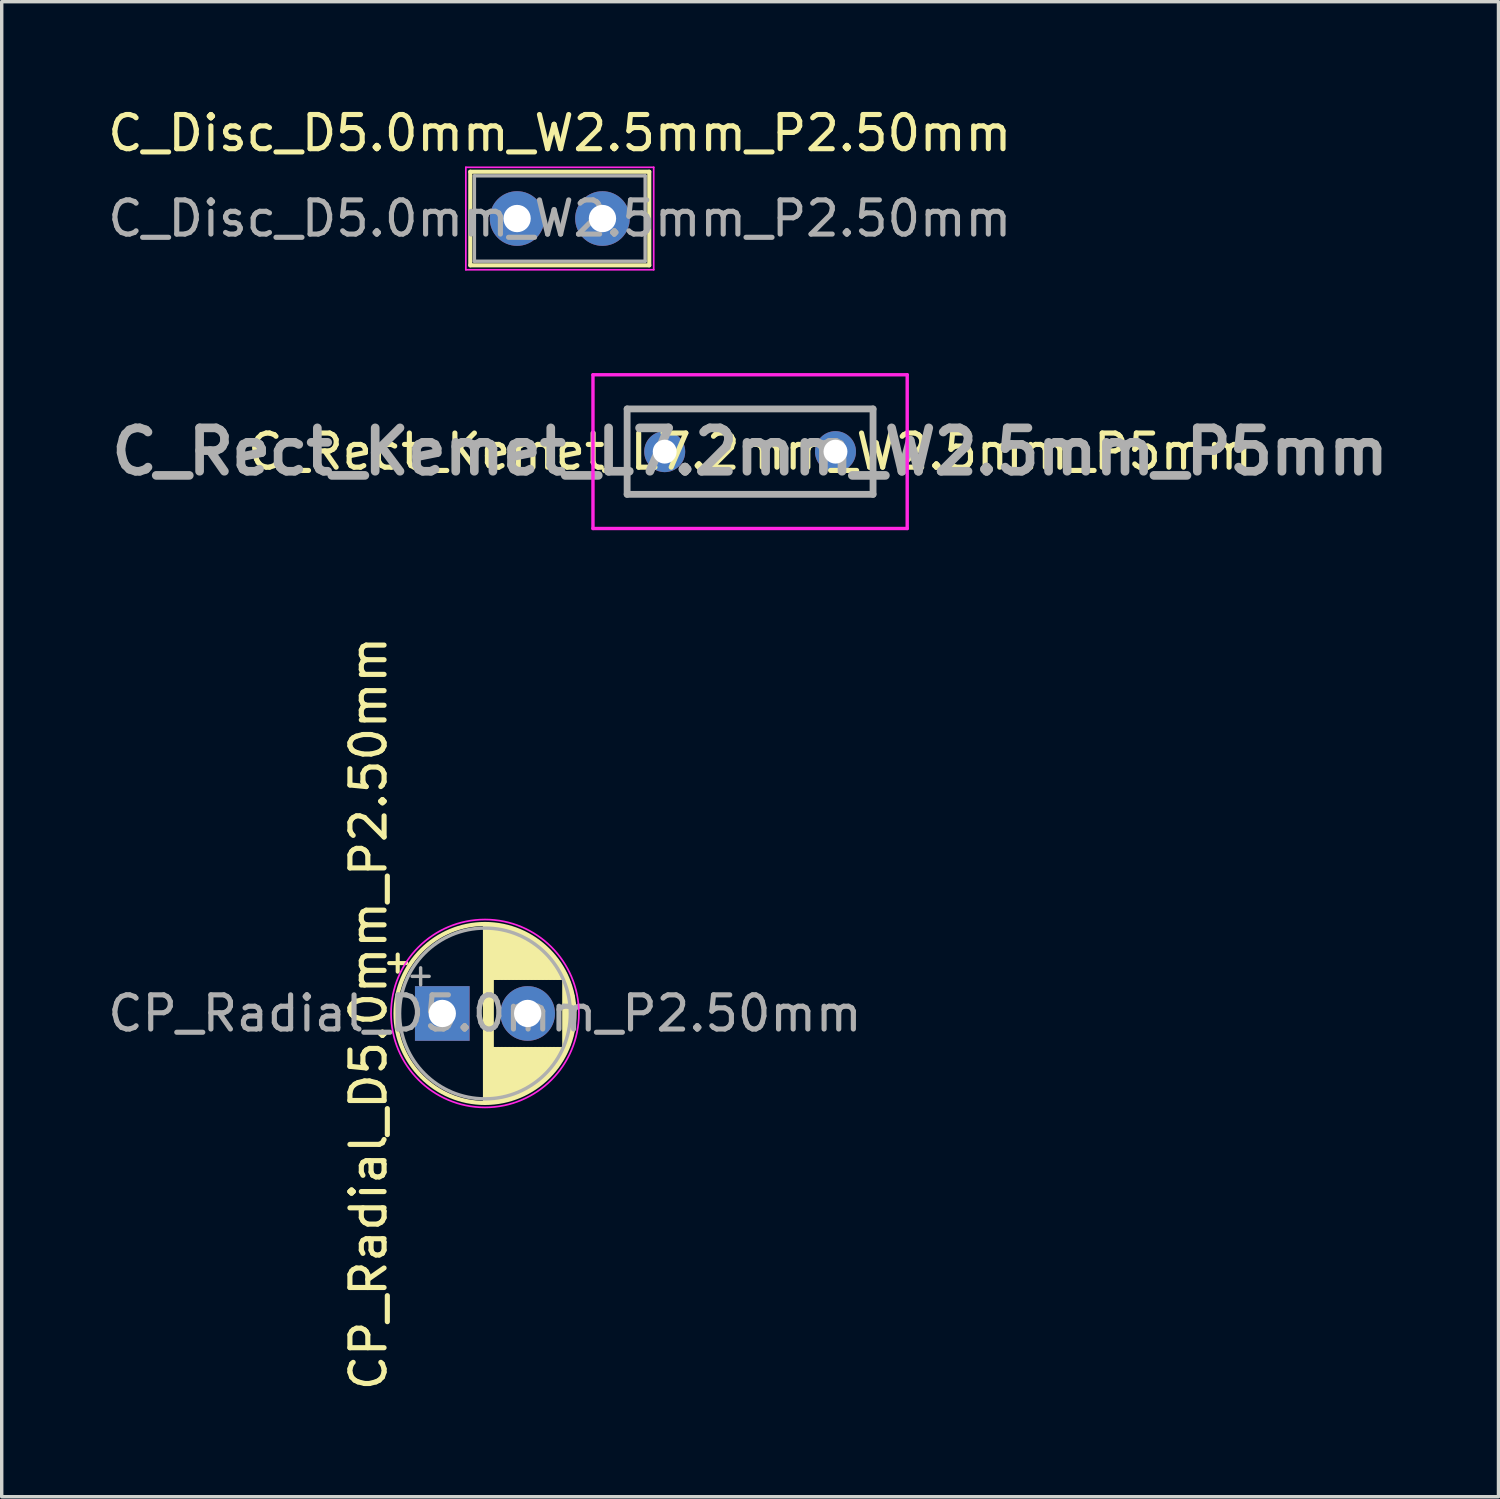
<source format=kicad_pcb>
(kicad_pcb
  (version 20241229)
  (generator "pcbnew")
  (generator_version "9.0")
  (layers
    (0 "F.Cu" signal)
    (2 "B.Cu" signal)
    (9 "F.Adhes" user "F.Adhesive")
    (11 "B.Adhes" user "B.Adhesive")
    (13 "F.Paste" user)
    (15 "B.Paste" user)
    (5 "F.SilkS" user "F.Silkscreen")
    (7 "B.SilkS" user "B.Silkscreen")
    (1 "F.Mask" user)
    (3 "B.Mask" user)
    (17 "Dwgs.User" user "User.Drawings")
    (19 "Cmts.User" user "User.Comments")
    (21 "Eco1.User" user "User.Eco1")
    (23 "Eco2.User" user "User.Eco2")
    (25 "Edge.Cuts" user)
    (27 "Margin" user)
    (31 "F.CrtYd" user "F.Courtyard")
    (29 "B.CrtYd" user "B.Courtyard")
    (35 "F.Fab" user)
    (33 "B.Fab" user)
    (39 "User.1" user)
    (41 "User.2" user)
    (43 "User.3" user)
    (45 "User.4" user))
  (footprint "C_Rect_Kemet_L7.2mm_W2.5mm_P5mm"
    (layer "F.Cu")
    (at 16.411 10.173)
    (property "Reference" "C_Rect_Kemet_L7.2mm_W2.5mm_P5mm" (at 2.5 0 0) (layer "F.SilkS") (effects (font (size 1 1) (thickness 0.15))))
    (attr through_hole)
    (fp_line (start -1.1 -1.25) (end 6.1 -1.25) (stroke (width 0.1) (type solid)) (layer "F.SilkS"))
    (fp_line (start -1.1 1.25) (end -1.1 -1.25) (stroke (width 0.1) (type solid)) (layer "F.SilkS"))
    (fp_line (start 6.1 -1.25) (end 6.1 1.25) (stroke (width 0.1) (type solid)) (layer "F.SilkS"))
    (fp_line (start 6.1 1.25) (end -1.1 1.25) (stroke (width 0.1) (type solid)) (layer "F.SilkS"))
    (fp_line (start -2.1 -2.25) (end 7.1 -2.25) (stroke (width 0.1) (type solid)) (layer "F.CrtYd"))
    (fp_line (start -2.1 2.25) (end -2.1 -2.25) (stroke (width 0.1) (type solid)) (layer "F.CrtYd"))
    (fp_line (start 7.1 -2.25) (end 7.1 2.25) (stroke (width 0.1) (type solid)) (layer "F.CrtYd"))
    (fp_line (start 7.1 2.25) (end -2.1 2.25) (stroke (width 0.1) (type solid)) (layer "F.CrtYd"))
    (fp_line (start -1.1 -1.25) (end 6.1 -1.25) (stroke (width 0.2) (type solid)) (layer "F.Fab"))
    (fp_line (start -1.1 1.25) (end -1.1 -1.25) (stroke (width 0.2) (type solid)) (layer "F.Fab"))
    (fp_line (start 6.1 -1.25) (end 6.1 1.25) (stroke (width 0.2) (type solid)) (layer "F.Fab"))
    (fp_line (start 6.1 1.25) (end -1.1 1.25) (stroke (width 0.2) (type solid)) (layer "F.Fab"))
    (fp_text user "${REFERENCE}" (at 2.5 0 0) (layer "F.Fab") (effects (font (size 1.27 1.27) (thickness 0.254))))
    (pad "1" thru_hole circle (at 0 0) (size 1.2 1.2) (drill 0.7) (layers "*.Cu" "*.Mask"))
    (pad "2" thru_hole circle (at 5 0) (size 1.2 1.2) (drill 0.7) (layers "*.Cu" "*.Mask")))
  (footprint "CP_Radial_D5.0mm_P2.50mm"
    (layer "F.Cu")
    (at 9.899 26.622)
    (property "Reference" "CP_Radial_D5.0mm_P2.50mm" (at -2.159 0 270) (layer "F.SilkS") (effects (font (size 1 1) (thickness 0.15))))
    (attr through_hole)
    (fp_line (start -1.555 -1.475) (end -1.055 -1.475) (stroke (width 0.12) (type solid)) (layer "F.SilkS"))
    (fp_line (start -1.305 -1.725) (end -1.305 -1.225) (stroke (width 0.12) (type solid)) (layer "F.SilkS"))
    (fp_line (start 1.25 -2.58) (end 1.25 2.58) (stroke (width 0.12) (type solid)) (layer "F.SilkS"))
    (fp_line (start 1.29 -2.58) (end 1.29 2.58) (stroke (width 0.12) (type solid)) (layer "F.SilkS"))
    (fp_line (start 1.33 -2.579) (end 1.33 2.579) (stroke (width 0.12) (type solid)) (layer "F.SilkS"))
    (fp_line (start 1.37 -2.578) (end 1.37 2.578) (stroke (width 0.12) (type solid)) (layer "F.SilkS"))
    (fp_line (start 1.41 -2.576) (end 1.41 2.576) (stroke (width 0.12) (type solid)) (layer "F.SilkS"))
    (fp_line (start 1.45 -2.573) (end 1.45 2.573) (stroke (width 0.12) (type solid)) (layer "F.SilkS"))
    (fp_line (start 1.49 -2.569) (end 1.49 -1.04) (stroke (width 0.12) (type solid)) (layer "F.SilkS"))
    (fp_line (start 1.49 1.04) (end 1.49 2.569) (stroke (width 0.12) (type solid)) (layer "F.SilkS"))
    (fp_line (start 1.53 -2.565) (end 1.53 -1.04) (stroke (width 0.12) (type solid)) (layer "F.SilkS"))
    (fp_line (start 1.53 1.04) (end 1.53 2.565) (stroke (width 0.12) (type solid)) (layer "F.SilkS"))
    (fp_line (start 1.57 -2.561) (end 1.57 -1.04) (stroke (width 0.12) (type solid)) (layer "F.SilkS"))
    (fp_line (start 1.57 1.04) (end 1.57 2.561) (stroke (width 0.12) (type solid)) (layer "F.SilkS"))
    (fp_line (start 1.61 -2.556) (end 1.61 -1.04) (stroke (width 0.12) (type solid)) (layer "F.SilkS"))
    (fp_line (start 1.61 1.04) (end 1.61 2.556) (stroke (width 0.12) (type solid)) (layer "F.SilkS"))
    (fp_line (start 1.65 -2.55) (end 1.65 -1.04) (stroke (width 0.12) (type solid)) (layer "F.SilkS"))
    (fp_line (start 1.65 1.04) (end 1.65 2.55) (stroke (width 0.12) (type solid)) (layer "F.SilkS"))
    (fp_line (start 1.69 -2.543) (end 1.69 -1.04) (stroke (width 0.12) (type solid)) (layer "F.SilkS"))
    (fp_line (start 1.69 1.04) (end 1.69 2.543) (stroke (width 0.12) (type solid)) (layer "F.SilkS"))
    (fp_line (start 1.73 -2.536) (end 1.73 -1.04) (stroke (width 0.12) (type solid)) (layer "F.SilkS"))
    (fp_line (start 1.73 1.04) (end 1.73 2.536) (stroke (width 0.12) (type solid)) (layer "F.SilkS"))
    (fp_line (start 1.77 -2.528) (end 1.77 -1.04) (stroke (width 0.12) (type solid)) (layer "F.SilkS"))
    (fp_line (start 1.77 1.04) (end 1.77 2.528) (stroke (width 0.12) (type solid)) (layer "F.SilkS"))
    (fp_line (start 1.81 -2.52) (end 1.81 -1.04) (stroke (width 0.12) (type solid)) (layer "F.SilkS"))
    (fp_line (start 1.81 1.04) (end 1.81 2.52) (stroke (width 0.12) (type solid)) (layer "F.SilkS"))
    (fp_line (start 1.85 -2.511) (end 1.85 -1.04) (stroke (width 0.12) (type solid)) (layer "F.SilkS"))
    (fp_line (start 1.85 1.04) (end 1.85 2.511) (stroke (width 0.12) (type solid)) (layer "F.SilkS"))
    (fp_line (start 1.89 -2.501) (end 1.89 -1.04) (stroke (width 0.12) (type solid)) (layer "F.SilkS"))
    (fp_line (start 1.89 1.04) (end 1.89 2.501) (stroke (width 0.12) (type solid)) (layer "F.SilkS"))
    (fp_line (start 1.93 -2.491) (end 1.93 -1.04) (stroke (width 0.12) (type solid)) (layer "F.SilkS"))
    (fp_line (start 1.93 1.04) (end 1.93 2.491) (stroke (width 0.12) (type solid)) (layer "F.SilkS"))
    (fp_line (start 1.971 -2.48) (end 1.971 -1.04) (stroke (width 0.12) (type solid)) (layer "F.SilkS"))
    (fp_line (start 1.971 1.04) (end 1.971 2.48) (stroke (width 0.12) (type solid)) (layer "F.SilkS"))
    (fp_line (start 2.011 -2.468) (end 2.011 -1.04) (stroke (width 0.12) (type solid)) (layer "F.SilkS"))
    (fp_line (start 2.011 1.04) (end 2.011 2.468) (stroke (width 0.12) (type solid)) (layer "F.SilkS"))
    (fp_line (start 2.051 -2.455) (end 2.051 -1.04) (stroke (width 0.12) (type solid)) (layer "F.SilkS"))
    (fp_line (start 2.051 1.04) (end 2.051 2.455) (stroke (width 0.12) (type solid)) (layer "F.SilkS"))
    (fp_line (start 2.091 -2.442) (end 2.091 -1.04) (stroke (width 0.12) (type solid)) (layer "F.SilkS"))
    (fp_line (start 2.091 1.04) (end 2.091 2.442) (stroke (width 0.12) (type solid)) (layer "F.SilkS"))
    (fp_line (start 2.131 -2.428) (end 2.131 -1.04) (stroke (width 0.12) (type solid)) (layer "F.SilkS"))
    (fp_line (start 2.131 1.04) (end 2.131 2.428) (stroke (width 0.12) (type solid)) (layer "F.SilkS"))
    (fp_line (start 2.171 -2.414) (end 2.171 -1.04) (stroke (width 0.12) (type solid)) (layer "F.SilkS"))
    (fp_line (start 2.171 1.04) (end 2.171 2.414) (stroke (width 0.12) (type solid)) (layer "F.SilkS"))
    (fp_line (start 2.211 -2.398) (end 2.211 -1.04) (stroke (width 0.12) (type solid)) (layer "F.SilkS"))
    (fp_line (start 2.211 1.04) (end 2.211 2.398) (stroke (width 0.12) (type solid)) (layer "F.SilkS"))
    (fp_line (start 2.251 -2.382) (end 2.251 -1.04) (stroke (width 0.12) (type solid)) (layer "F.SilkS"))
    (fp_line (start 2.251 1.04) (end 2.251 2.382) (stroke (width 0.12) (type solid)) (layer "F.SilkS"))
    (fp_line (start 2.291 -2.365) (end 2.291 -1.04) (stroke (width 0.12) (type solid)) (layer "F.SilkS"))
    (fp_line (start 2.291 1.04) (end 2.291 2.365) (stroke (width 0.12) (type solid)) (layer "F.SilkS"))
    (fp_line (start 2.331 -2.348) (end 2.331 -1.04) (stroke (width 0.12) (type solid)) (layer "F.SilkS"))
    (fp_line (start 2.331 1.04) (end 2.331 2.348) (stroke (width 0.12) (type solid)) (layer "F.SilkS"))
    (fp_line (start 2.371 -2.329) (end 2.371 -1.04) (stroke (width 0.12) (type solid)) (layer "F.SilkS"))
    (fp_line (start 2.371 1.04) (end 2.371 2.329) (stroke (width 0.12) (type solid)) (layer "F.SilkS"))
    (fp_line (start 2.411 -2.31) (end 2.411 -1.04) (stroke (width 0.12) (type solid)) (layer "F.SilkS"))
    (fp_line (start 2.411 1.04) (end 2.411 2.31) (stroke (width 0.12) (type solid)) (layer "F.SilkS"))
    (fp_line (start 2.451 -2.29) (end 2.451 -1.04) (stroke (width 0.12) (type solid)) (layer "F.SilkS"))
    (fp_line (start 2.451 1.04) (end 2.451 2.29) (stroke (width 0.12) (type solid)) (layer "F.SilkS"))
    (fp_line (start 2.491 -2.268) (end 2.491 -1.04) (stroke (width 0.12) (type solid)) (layer "F.SilkS"))
    (fp_line (start 2.491 1.04) (end 2.491 2.268) (stroke (width 0.12) (type solid)) (layer "F.SilkS"))
    (fp_line (start 2.531 -2.247) (end 2.531 -1.04) (stroke (width 0.12) (type solid)) (layer "F.SilkS"))
    (fp_line (start 2.531 1.04) (end 2.531 2.247) (stroke (width 0.12) (type solid)) (layer "F.SilkS"))
    (fp_line (start 2.571 -2.224) (end 2.571 -1.04) (stroke (width 0.12) (type solid)) (layer "F.SilkS"))
    (fp_line (start 2.571 1.04) (end 2.571 2.224) (stroke (width 0.12) (type solid)) (layer "F.SilkS"))
    (fp_line (start 2.611 -2.2) (end 2.611 -1.04) (stroke (width 0.12) (type solid)) (layer "F.SilkS"))
    (fp_line (start 2.611 1.04) (end 2.611 2.2) (stroke (width 0.12) (type solid)) (layer "F.SilkS"))
    (fp_line (start 2.651 -2.175) (end 2.651 -1.04) (stroke (width 0.12) (type solid)) (layer "F.SilkS"))
    (fp_line (start 2.651 1.04) (end 2.651 2.175) (stroke (width 0.12) (type solid)) (layer "F.SilkS"))
    (fp_line (start 2.691 -2.149) (end 2.691 -1.04) (stroke (width 0.12) (type solid)) (layer "F.SilkS"))
    (fp_line (start 2.691 1.04) (end 2.691 2.149) (stroke (width 0.12) (type solid)) (layer "F.SilkS"))
    (fp_line (start 2.731 -2.122) (end 2.731 -1.04) (stroke (width 0.12) (type solid)) (layer "F.SilkS"))
    (fp_line (start 2.731 1.04) (end 2.731 2.122) (stroke (width 0.12) (type solid)) (layer "F.SilkS"))
    (fp_line (start 2.771 -2.095) (end 2.771 -1.04) (stroke (width 0.12) (type solid)) (layer "F.SilkS"))
    (fp_line (start 2.771 1.04) (end 2.771 2.095) (stroke (width 0.12) (type solid)) (layer "F.SilkS"))
    (fp_line (start 2.811 -2.065) (end 2.811 -1.04) (stroke (width 0.12) (type solid)) (layer "F.SilkS"))
    (fp_line (start 2.811 1.04) (end 2.811 2.065) (stroke (width 0.12) (type solid)) (layer "F.SilkS"))
    (fp_line (start 2.851 -2.035) (end 2.851 -1.04) (stroke (width 0.12) (type solid)) (layer "F.SilkS"))
    (fp_line (start 2.851 1.04) (end 2.851 2.035) (stroke (width 0.12) (type solid)) (layer "F.SilkS"))
    (fp_line (start 2.891 -2.004) (end 2.891 -1.04) (stroke (width 0.12) (type solid)) (layer "F.SilkS"))
    (fp_line (start 2.891 1.04) (end 2.891 2.004) (stroke (width 0.12) (type solid)) (layer "F.SilkS"))
    (fp_line (start 2.931 -1.971) (end 2.931 -1.04) (stroke (width 0.12) (type solid)) (layer "F.SilkS"))
    (fp_line (start 2.931 1.04) (end 2.931 1.971) (stroke (width 0.12) (type solid)) (layer "F.SilkS"))
    (fp_line (start 2.971 -1.937) (end 2.971 -1.04) (stroke (width 0.12) (type solid)) (layer "F.SilkS"))
    (fp_line (start 2.971 1.04) (end 2.971 1.937) (stroke (width 0.12) (type solid)) (layer "F.SilkS"))
    (fp_line (start 3.011 -1.901) (end 3.011 -1.04) (stroke (width 0.12) (type solid)) (layer "F.SilkS"))
    (fp_line (start 3.011 1.04) (end 3.011 1.901) (stroke (width 0.12) (type solid)) (layer "F.SilkS"))
    (fp_line (start 3.051 -1.864) (end 3.051 -1.04) (stroke (width 0.12) (type solid)) (layer "F.SilkS"))
    (fp_line (start 3.051 1.04) (end 3.051 1.864) (stroke (width 0.12) (type solid)) (layer "F.SilkS"))
    (fp_line (start 3.091 -1.826) (end 3.091 -1.04) (stroke (width 0.12) (type solid)) (layer "F.SilkS"))
    (fp_line (start 3.091 1.04) (end 3.091 1.826) (stroke (width 0.12) (type solid)) (layer "F.SilkS"))
    (fp_line (start 3.131 -1.785) (end 3.131 -1.04) (stroke (width 0.12) (type solid)) (layer "F.SilkS"))
    (fp_line (start 3.131 1.04) (end 3.131 1.785) (stroke (width 0.12) (type solid)) (layer "F.SilkS"))
    (fp_line (start 3.171 -1.743) (end 3.171 -1.04) (stroke (width 0.12) (type solid)) (layer "F.SilkS"))
    (fp_line (start 3.171 1.04) (end 3.171 1.743) (stroke (width 0.12) (type solid)) (layer "F.SilkS"))
    (fp_line (start 3.211 -1.699) (end 3.211 -1.04) (stroke (width 0.12) (type solid)) (layer "F.SilkS"))
    (fp_line (start 3.211 1.04) (end 3.211 1.699) (stroke (width 0.12) (type solid)) (layer "F.SilkS"))
    (fp_line (start 3.251 -1.653) (end 3.251 -1.04) (stroke (width 0.12) (type solid)) (layer "F.SilkS"))
    (fp_line (start 3.251 1.04) (end 3.251 1.653) (stroke (width 0.12) (type solid)) (layer "F.SilkS"))
    (fp_line (start 3.291 -1.605) (end 3.291 -1.04) (stroke (width 0.12) (type solid)) (layer "F.SilkS"))
    (fp_line (start 3.291 1.04) (end 3.291 1.605) (stroke (width 0.12) (type solid)) (layer "F.SilkS"))
    (fp_line (start 3.331 -1.554) (end 3.331 -1.04) (stroke (width 0.12) (type solid)) (layer "F.SilkS"))
    (fp_line (start 3.331 1.04) (end 3.331 1.554) (stroke (width 0.12) (type solid)) (layer "F.SilkS"))
    (fp_line (start 3.371 -1.5) (end 3.371 -1.04) (stroke (width 0.12) (type solid)) (layer "F.SilkS"))
    (fp_line (start 3.371 1.04) (end 3.371 1.5) (stroke (width 0.12) (type solid)) (layer "F.SilkS"))
    (fp_line (start 3.411 -1.443) (end 3.411 -1.04) (stroke (width 0.12) (type solid)) (layer "F.SilkS"))
    (fp_line (start 3.411 1.04) (end 3.411 1.443) (stroke (width 0.12) (type solid)) (layer "F.SilkS"))
    (fp_line (start 3.451 -1.383) (end 3.451 -1.04) (stroke (width 0.12) (type solid)) (layer "F.SilkS"))
    (fp_line (start 3.451 1.04) (end 3.451 1.383) (stroke (width 0.12) (type solid)) (layer "F.SilkS"))
    (fp_line (start 3.491 -1.319) (end 3.491 -1.04) (stroke (width 0.12) (type solid)) (layer "F.SilkS"))
    (fp_line (start 3.491 1.04) (end 3.491 1.319) (stroke (width 0.12) (type solid)) (layer "F.SilkS"))
    (fp_line (start 3.531 -1.251) (end 3.531 -1.04) (stroke (width 0.12) (type solid)) (layer "F.SilkS"))
    (fp_line (start 3.531 1.04) (end 3.531 1.251) (stroke (width 0.12) (type solid)) (layer "F.SilkS"))
    (fp_line (start 3.571 -1.178) (end 3.571 1.178) (stroke (width 0.12) (type solid)) (layer "F.SilkS"))
    (fp_line (start 3.611 -1.098) (end 3.611 1.098) (stroke (width 0.12) (type solid)) (layer "F.SilkS"))
    (fp_line (start 3.651 -1.011) (end 3.651 1.011) (stroke (width 0.12) (type solid)) (layer "F.SilkS"))
    (fp_line (start 3.691 -0.915) (end 3.691 0.915) (stroke (width 0.12) (type solid)) (layer "F.SilkS"))
    (fp_line (start 3.731 -0.805) (end 3.731 0.805) (stroke (width 0.12) (type solid)) (layer "F.SilkS"))
    (fp_line (start 3.771 -0.677) (end 3.771 0.677) (stroke (width 0.12) (type solid)) (layer "F.SilkS"))
    (fp_line (start 3.811 -0.518) (end 3.811 0.518) (stroke (width 0.12) (type solid)) (layer "F.SilkS"))
    (fp_line (start 3.851 -0.284) (end 3.851 0.284) (stroke (width 0.12) (type solid)) (layer "F.SilkS"))
    (fp_circle (center 1.25 0) (end 3.87 0) (stroke (width 0.12) (type solid)) (fill no) (layer "F.SilkS"))
    (fp_circle (center 1.25 0) (end 4 0) (stroke (width 0.05) (type solid)) (fill no) (layer "F.CrtYd"))
    (fp_line (start -0.884 -1.087) (end -0.384 -1.087) (stroke (width 0.1) (type solid)) (layer "F.Fab"))
    (fp_line (start -0.634 -1.337) (end -0.634 -0.838) (stroke (width 0.1) (type solid)) (layer "F.Fab"))
    (fp_circle (center 1.25 0) (end 3.75 0) (stroke (width 0.1) (type solid)) (fill no) (layer "F.Fab"))
    (fp_text user "${REFERENCE}" (at 1.25 0 180) (layer "F.Fab") (effects (font (size 1 1) (thickness 0.15))))
    (pad "1" thru_hole rect (at 0 0) (size 1.6 1.6) (drill 0.8) (layers "*.Cu" "*.Mask"))
    (pad "2" thru_hole circle (at 2.5 0) (size 1.6 1.6) (drill 0.8) (layers "*.Cu" "*.Mask")))
  (footprint "C_Disc_D5.0mm_W2.5mm_P2.50mm"
    (layer "F.Cu")
    (at 12.089 3.348)
    (property "Reference" "C_Disc_D5.0mm_W2.5mm_P2.50mm" (at 1.25 -2.5 0) (layer "F.SilkS") (effects (font (size 1 1) (thickness 0.15))))
    (attr through_hole)
    (fp_line (start -1.37 -1.37) (end -1.37 1.37) (stroke (width 0.12) (type solid)) (layer "F.SilkS"))
    (fp_line (start -1.37 -1.37) (end 3.87 -1.37) (stroke (width 0.12) (type solid)) (layer "F.SilkS"))
    (fp_line (start -1.37 1.37) (end 3.87 1.37) (stroke (width 0.12) (type solid)) (layer "F.SilkS"))
    (fp_line (start 3.87 -1.37) (end 3.87 1.37) (stroke (width 0.12) (type solid)) (layer "F.SilkS"))
    (fp_line (start -1.5 -1.5) (end -1.5 1.5) (stroke (width 0.05) (type solid)) (layer "F.CrtYd"))
    (fp_line (start -1.5 1.5) (end 4 1.5) (stroke (width 0.05) (type solid)) (layer "F.CrtYd"))
    (fp_line (start 4 -1.5) (end -1.5 -1.5) (stroke (width 0.05) (type solid)) (layer "F.CrtYd"))
    (fp_line (start 4 1.5) (end 4 -1.5) (stroke (width 0.05) (type solid)) (layer "F.CrtYd"))
    (fp_line (start -1.25 -1.25) (end -1.25 1.25) (stroke (width 0.1) (type solid)) (layer "F.Fab"))
    (fp_line (start -1.25 1.25) (end 3.75 1.25) (stroke (width 0.1) (type solid)) (layer "F.Fab"))
    (fp_line (start 3.75 -1.25) (end -1.25 -1.25) (stroke (width 0.1) (type solid)) (layer "F.Fab"))
    (fp_line (start 3.75 1.25) (end 3.75 -1.25) (stroke (width 0.1) (type solid)) (layer "F.Fab"))
    (fp_text user "${REFERENCE}" (at 1.25 0 0) (layer "F.Fab") (effects (font (size 1 1) (thickness 0.15))))
    (pad "1" thru_hole circle (at 0 0) (size 1.6 1.6) (drill 0.8) (layers "*.Cu" "*.Mask"))
    (pad "2" thru_hole circle (at 2.5 0) (size 1.6 1.6) (drill 0.8) (layers "*.Cu" "*.Mask")))
  (gr_rect
    (start -3 -3)
    (end 40.822 40.771)
    (stroke (width 0.1) (type default))
    (fill no)
    (layer "Edge.Cuts")))
</source>
